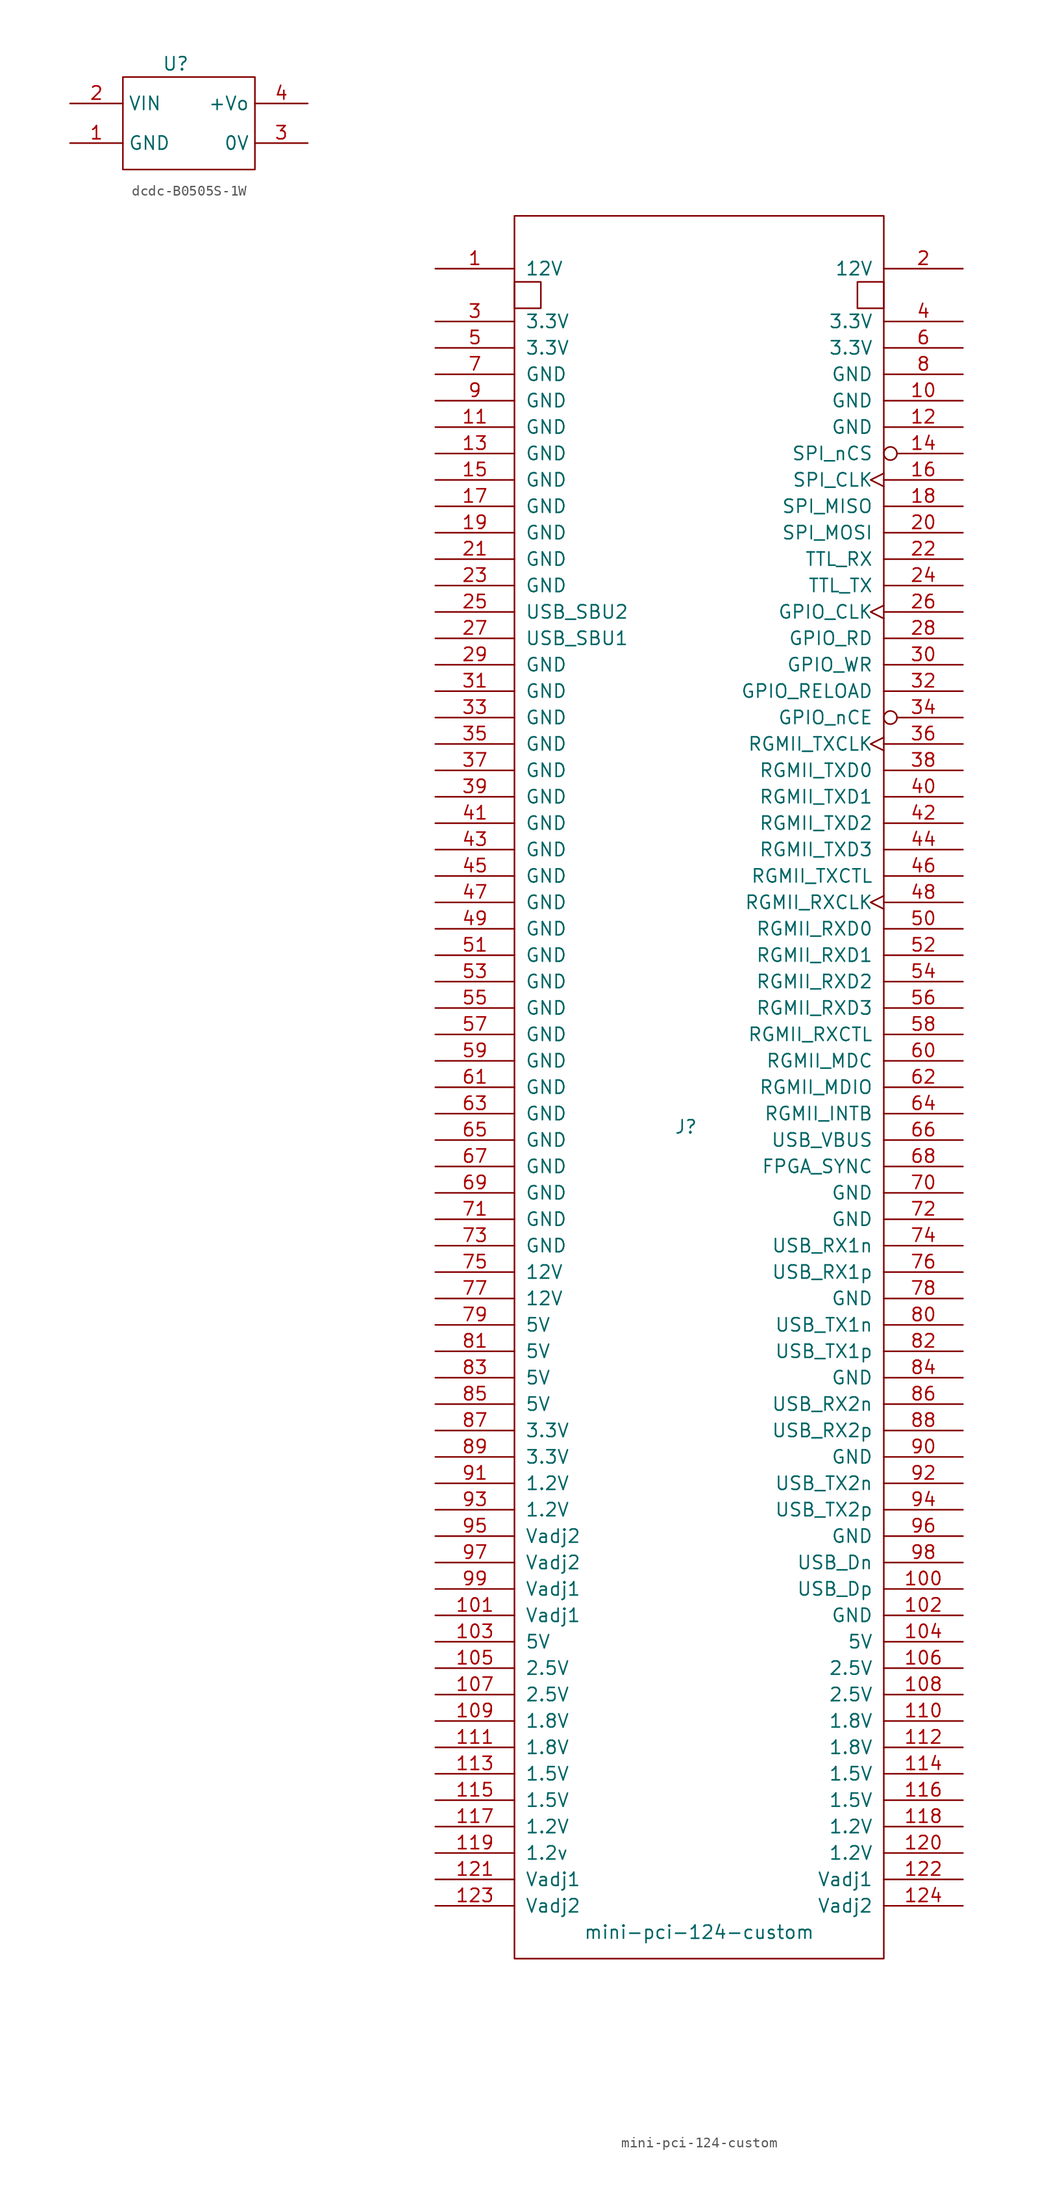
<source format=kicad_sym>
(kicad_symbol_lib
  (version 20220914)
  (generator kicad_symbol_editor)
  (symbol "dcdc-B0505S-1W"
    (property "Reference" "U"
      (at -1.27 6.35 0)
      (effects (font (size 1.27 1.27))))
    (property "Value" ""
      (at 1.27 -1.27 0)
      (effects (font (size 1.27 1.27))))
    (symbol "dcdc-B0505S-1W_0_1"
      (rectangle (start -6.35 5.08) (end 6.35 -3.81) (stroke (width 0) (type default)) (fill (type none))))
    (symbol "dcdc-B0505S-1W_1_1"
      (pin input line (at -11.43 -1.27 0) (length 5.08) (name "GND" (effects (font (size 1.27 1.27)))) (number "1" (effects (font (size 1.27 1.27)))))
      (pin input line (at -11.43 2.54 0) (length 5.08) (name "VIN" (effects (font (size 1.27 1.27)))) (number "2" (effects (font (size 1.27 1.27)))))
      (pin input line (at 11.43 -1.27 180) (length 5.08) (name "0V" (effects (font (size 1.27 1.27)))) (number "3" (effects (font (size 1.27 1.27)))))
      (pin input line (at 11.43 2.54 180) (length 5.08) (name "+Vo" (effects (font (size 1.27 1.27)))) (number "4" (effects (font (size 1.27 1.27)))))))
  (symbol "mini-pci-124-custom"
    (pin_names
      (offset 1.016))
    (property "Reference" "J"
      (at 0 -2.54 0)
      (effects (font (size 1.27 1.27))))
    (property "Value" "mini-pci-124-custom"
      (at 1.27 -80.01 0)
      (effects (font (size 1.27 1.27))))
    (symbol "mini-pci-124-custom_0_1"
      (rectangle (start -16.51 78.74) (end -13.97 76.2) (stroke (width 0) (type default)) (fill (type none)))
      (rectangle (start 19.05 78.74) (end 16.51 76.2) (stroke (width 0) (type default)) (fill (type none))))
    (symbol "mini-pci-124-custom_1_0"
      (rectangle (start -16.51 -82.55) (end 19.05 85.09) (stroke (width 0) (type default)) (fill (type none))))
    (symbol "mini-pci-124-custom_1_1"
      (pin input line (at -24.13 80.01 0) (length 7.62) (name "12V" (effects (font (size 1.27 1.27)))) (number "1" (effects (font (size 1.27 1.27)))))
      (pin input line (at 26.67 67.31 180) (length 7.62) (name "GND" (effects (font (size 1.27 1.27)))) (number "10" (effects (font (size 1.27 1.27)))))
      (pin input line (at 26.67 -46.99 180) (length 7.62) (name "USB_Dp" (effects (font (size 1.27 1.27)))) (number "100" (effects (font (size 1.27 1.27)))))
      (pin input line (at -24.13 -49.53 0) (length 7.62) (name "Vadj1" (effects (font (size 1.27 1.27)))) (number "101" (effects (font (size 1.27 1.27)))))
      (pin input line (at 26.67 -49.53 180) (length 7.62) (name "GND" (effects (font (size 1.27 1.27)))) (number "102" (effects (font (size 1.27 1.27)))))
      (pin input line (at -24.13 -52.07 0) (length 7.62) (name "5V" (effects (font (size 1.27 1.27)))) (number "103" (effects (font (size 1.27 1.27)))))
      (pin input line (at 26.67 -52.07 180) (length 7.62) (name "5V" (effects (font (size 1.27 1.27)))) (number "104" (effects (font (size 1.27 1.27)))))
      (pin input line (at -24.13 -54.61 0) (length 7.62) (name "2.5V" (effects (font (size 1.27 1.27)))) (number "105" (effects (font (size 1.27 1.27)))))
      (pin output line (at 26.67 -54.61 180) (length 7.62) (name "2.5V" (effects (font (size 1.27 1.27)))) (number "106" (effects (font (size 1.27 1.27)))))
      (pin input line (at -24.13 -57.15 0) (length 7.62) (name "2.5V" (effects (font (size 1.27 1.27)))) (number "107" (effects (font (size 1.27 1.27)))))
      (pin input line (at 26.67 -57.15 180) (length 7.62) (name "2.5V" (effects (font (size 1.27 1.27)))) (number "108" (effects (font (size 1.27 1.27)))))
      (pin input line (at -24.13 -59.69 0) (length 7.62) (name "1.8V" (effects (font (size 1.27 1.27)))) (number "109" (effects (font (size 1.27 1.27)))))
      (pin input line (at -24.13 64.77 0) (length 7.62) (name "GND" (effects (font (size 1.27 1.27)))) (number "11" (effects (font (size 1.27 1.27)))))
      (pin input line (at 26.67 -59.69 180) (length 7.62) (name "1.8V" (effects (font (size 1.27 1.27)))) (number "110" (effects (font (size 1.27 1.27)))))
      (pin input line (at -24.13 -62.23 0) (length 7.62) (name "1.8V" (effects (font (size 1.27 1.27)))) (number "111" (effects (font (size 1.27 1.27)))))
      (pin input line (at 26.67 -62.23 180) (length 7.62) (name "1.8V" (effects (font (size 1.27 1.27)))) (number "112" (effects (font (size 1.27 1.27)))))
      (pin power_in line (at -24.13 -64.77 0) (length 7.62) (name "1.5V" (effects (font (size 1.27 1.27)))) (number "113" (effects (font (size 1.27 1.27)))))
      (pin input line (at 26.67 -64.77 180) (length 7.62) (name "1.5V" (effects (font (size 1.27 1.27)))) (number "114" (effects (font (size 1.27 1.27)))))
      (pin output line (at -24.13 -67.31 0) (length 7.62) (name "1.5V" (effects (font (size 1.27 1.27)))) (number "115" (effects (font (size 1.27 1.27)))))
      (pin input line (at 26.67 -67.31 180) (length 7.62) (name "1.5V" (effects (font (size 1.27 1.27)))) (number "116" (effects (font (size 1.27 1.27)))))
      (pin output line (at -24.13 -69.85 0) (length 7.62) (name "1.2V" (effects (font (size 1.27 1.27)))) (number "117" (effects (font (size 1.27 1.27)))))
      (pin input line (at 26.67 -69.85 180) (length 7.62) (name "1.2V" (effects (font (size 1.27 1.27)))) (number "118" (effects (font (size 1.27 1.27)))))
      (pin power_in line (at -24.13 -72.39 0) (length 7.62) (name "1.2v" (effects (font (size 1.27 1.27)))) (number "119" (effects (font (size 1.27 1.27)))))
      (pin input line (at 26.67 64.77 180) (length 7.62) (name "GND" (effects (font (size 1.27 1.27)))) (number "12" (effects (font (size 1.27 1.27)))))
      (pin power_in line (at 26.67 -72.39 180) (length 7.62) (name "1.2V" (effects (font (size 1.27 1.27)))) (number "120" (effects (font (size 1.27 1.27)))))
      (pin input line (at -24.13 -74.93 0) (length 7.62) (name "Vadj1" (effects (font (size 1.27 1.27)))) (number "121" (effects (font (size 1.27 1.27)))))
      (pin input line (at 26.67 -74.93 180) (length 7.62) (name "Vadj1" (effects (font (size 1.27 1.27)))) (number "122" (effects (font (size 1.27 1.27)))))
      (pin power_in line (at -24.13 -77.47 0) (length 7.62) (name "Vadj2" (effects (font (size 1.27 1.27)))) (number "123" (effects (font (size 1.27 1.27)))))
      (pin input line (at 26.67 -77.47 180) (length 7.62) (name "Vadj2" (effects (font (size 1.27 1.27)))) (number "124" (effects (font (size 1.27 1.27)))))
      (pin input line (at -24.13 62.23 0) (length 7.62) (name "GND" (effects (font (size 1.27 1.27)))) (number "13" (effects (font (size 1.27 1.27)))))
      (pin input inverted (at 26.67 62.23 180) (length 7.62) (name "SPI_nCS" (effects (font (size 1.27 1.27)))) (number "14" (effects (font (size 1.27 1.27)))))
      (pin power_in line (at -24.13 59.69 0) (length 7.62) (name "GND" (effects (font (size 1.27 1.27)))) (number "15" (effects (font (size 1.27 1.27)))))
      (pin input clock (at 26.67 59.69 180) (length 7.62) (name "SPI_CLK" (effects (font (size 1.27 1.27)))) (number "16" (effects (font (size 1.27 1.27)))))
      (pin input line (at -24.13 57.15 0) (length 7.62) (name "GND" (effects (font (size 1.27 1.27)))) (number "17" (effects (font (size 1.27 1.27)))))
      (pin input line (at 26.67 57.15 180) (length 7.62) (name "SPI_MISO" (effects (font (size 1.27 1.27)))) (number "18" (effects (font (size 1.27 1.27)))))
      (pin input line (at -24.13 54.61 0) (length 7.62) (name "GND" (effects (font (size 1.27 1.27)))) (number "19" (effects (font (size 1.27 1.27)))))
      (pin input line (at 26.67 80.01 180) (length 7.62) (name "12V" (effects (font (size 1.27 1.27)))) (number "2" (effects (font (size 1.27 1.27)))))
      (pin input line (at 26.67 54.61 180) (length 7.62) (name "SPI_MOSI" (effects (font (size 1.27 1.27)))) (number "20" (effects (font (size 1.27 1.27)))))
      (pin input line (at -24.13 52.07 0) (length 7.62) (name "GND" (effects (font (size 1.27 1.27)))) (number "21" (effects (font (size 1.27 1.27)))))
      (pin input line (at 26.67 52.07 180) (length 7.62) (name "TTL_RX" (effects (font (size 1.27 1.27)))) (number "22" (effects (font (size 1.27 1.27)))))
      (pin input line (at -24.13 49.53 0) (length 7.62) (name "GND" (effects (font (size 1.27 1.27)))) (number "23" (effects (font (size 1.27 1.27)))))
      (pin input line (at 26.67 49.53 180) (length 7.62) (name "TTL_TX" (effects (font (size 1.27 1.27)))) (number "24" (effects (font (size 1.27 1.27)))))
      (pin input line (at -24.13 46.99 0) (length 7.62) (name "USB_SBU2" (effects (font (size 1.27 1.27)))) (number "25" (effects (font (size 1.27 1.27)))))
      (pin input clock (at 26.67 46.99 180) (length 7.62) (name "GPIO_CLK" (effects (font (size 1.27 1.27)))) (number "26" (effects (font (size 1.27 1.27)))))
      (pin input line (at -24.13 44.45 0) (length 7.62) (name "USB_SBU1" (effects (font (size 1.27 1.27)))) (number "27" (effects (font (size 1.27 1.27)))))
      (pin input line (at 26.67 44.45 180) (length 7.62) (name "GPIO_RD" (effects (font (size 1.27 1.27)))) (number "28" (effects (font (size 1.27 1.27)))))
      (pin input line (at -24.13 41.91 0) (length 7.62) (name "GND" (effects (font (size 1.27 1.27)))) (number "29" (effects (font (size 1.27 1.27)))))
      (pin input line (at -24.13 74.93 0) (length 7.62) (name "3.3V" (effects (font (size 1.27 1.27)))) (number "3" (effects (font (size 1.27 1.27)))))
      (pin input line (at 26.67 41.91 180) (length 7.62) (name "GPIO_WR" (effects (font (size 1.27 1.27)))) (number "30" (effects (font (size 1.27 1.27)))))
      (pin input line (at -24.13 39.37 0) (length 7.62) (name "GND" (effects (font (size 1.27 1.27)))) (number "31" (effects (font (size 1.27 1.27)))))
      (pin input line (at 26.67 39.37 180) (length 7.62) (name "GPIO_RELOAD" (effects (font (size 1.27 1.27)))) (number "32" (effects (font (size 1.27 1.27)))))
      (pin input line (at -24.13 36.83 0) (length 7.62) (name "GND" (effects (font (size 1.27 1.27)))) (number "33" (effects (font (size 1.27 1.27)))))
      (pin input inverted (at 26.67 36.83 180) (length 7.62) (name "GPIO_nCE" (effects (font (size 1.27 1.27)))) (number "34" (effects (font (size 1.27 1.27)))))
      (pin input line (at -24.13 34.29 0) (length 7.62) (name "GND" (effects (font (size 1.27 1.27)))) (number "35" (effects (font (size 1.27 1.27)))))
      (pin input clock (at 26.67 34.29 180) (length 7.62) (name "RGMII_TXCLK" (effects (font (size 1.27 1.27)))) (number "36" (effects (font (size 1.27 1.27)))))
      (pin input line (at -24.13 31.75 0) (length 7.62) (name "GND" (effects (font (size 1.27 1.27)))) (number "37" (effects (font (size 1.27 1.27)))))
      (pin input line (at 26.67 31.75 180) (length 7.62) (name "RGMII_TXD0" (effects (font (size 1.27 1.27)))) (number "38" (effects (font (size 1.27 1.27)))))
      (pin input line (at -24.13 29.21 0) (length 7.62) (name "GND" (effects (font (size 1.27 1.27)))) (number "39" (effects (font (size 1.27 1.27)))))
      (pin input line (at 26.67 74.93 180) (length 7.62) (name "3.3V" (effects (font (size 1.27 1.27)))) (number "4" (effects (font (size 1.27 1.27)))))
      (pin input line (at 26.67 29.21 180) (length 7.62) (name "RGMII_TXD1" (effects (font (size 1.27 1.27)))) (number "40" (effects (font (size 1.27 1.27)))))
      (pin input line (at -24.13 26.67 0) (length 7.62) (name "GND" (effects (font (size 1.27 1.27)))) (number "41" (effects (font (size 1.27 1.27)))))
      (pin input line (at 26.67 26.67 180) (length 7.62) (name "RGMII_TXD2" (effects (font (size 1.27 1.27)))) (number "42" (effects (font (size 1.27 1.27)))))
      (pin input line (at -24.13 24.13 0) (length 7.62) (name "GND" (effects (font (size 1.27 1.27)))) (number "43" (effects (font (size 1.27 1.27)))))
      (pin input line (at 26.67 24.13 180) (length 7.62) (name "RGMII_TXD3" (effects (font (size 1.27 1.27)))) (number "44" (effects (font (size 1.27 1.27)))))
      (pin input line (at -24.13 21.59 0) (length 7.62) (name "GND" (effects (font (size 1.27 1.27)))) (number "45" (effects (font (size 1.27 1.27)))))
      (pin input line (at 26.67 21.59 180) (length 7.62) (name "RGMII_TXCTL" (effects (font (size 1.27 1.27)))) (number "46" (effects (font (size 1.27 1.27)))))
      (pin input line (at -24.13 19.05 0) (length 7.62) (name "GND" (effects (font (size 1.27 1.27)))) (number "47" (effects (font (size 1.27 1.27)))))
      (pin input clock (at 26.67 19.05 180) (length 7.62) (name "RGMII_RXCLK" (effects (font (size 1.27 1.27)))) (number "48" (effects (font (size 1.27 1.27)))))
      (pin input line (at -24.13 16.51 0) (length 7.62) (name "GND" (effects (font (size 1.27 1.27)))) (number "49" (effects (font (size 1.27 1.27)))))
      (pin input line (at -24.13 72.39 0) (length 7.62) (name "3.3V" (effects (font (size 1.27 1.27)))) (number "5" (effects (font (size 1.27 1.27)))))
      (pin input line (at 26.67 16.51 180) (length 7.62) (name "RGMII_RXD0" (effects (font (size 1.27 1.27)))) (number "50" (effects (font (size 1.27 1.27)))))
      (pin input line (at -24.13 13.97 0) (length 7.62) (name "GND" (effects (font (size 1.27 1.27)))) (number "51" (effects (font (size 1.27 1.27)))))
      (pin input line (at 26.67 13.97 180) (length 7.62) (name "RGMII_RXD1" (effects (font (size 1.27 1.27)))) (number "52" (effects (font (size 1.27 1.27)))))
      (pin input line (at -24.13 11.43 0) (length 7.62) (name "GND" (effects (font (size 1.27 1.27)))) (number "53" (effects (font (size 1.27 1.27)))))
      (pin input line (at 26.67 11.43 180) (length 7.62) (name "RGMII_RXD2" (effects (font (size 1.27 1.27)))) (number "54" (effects (font (size 1.27 1.27)))))
      (pin input line (at -24.13 8.89 0) (length 7.62) (name "GND" (effects (font (size 1.27 1.27)))) (number "55" (effects (font (size 1.27 1.27)))))
      (pin input line (at 26.67 8.89 180) (length 7.62) (name "RGMII_RXD3" (effects (font (size 1.27 1.27)))) (number "56" (effects (font (size 1.27 1.27)))))
      (pin input line (at -24.13 6.35 0) (length 7.62) (name "GND" (effects (font (size 1.27 1.27)))) (number "57" (effects (font (size 1.27 1.27)))))
      (pin input line (at 26.67 6.35 180) (length 7.62) (name "RGMII_RXCTL" (effects (font (size 1.27 1.27)))) (number "58" (effects (font (size 1.27 1.27)))))
      (pin input line (at -24.13 3.81 0) (length 7.62) (name "GND" (effects (font (size 1.27 1.27)))) (number "59" (effects (font (size 1.27 1.27)))))
      (pin input line (at 26.67 72.39 180) (length 7.62) (name "3.3V" (effects (font (size 1.27 1.27)))) (number "6" (effects (font (size 1.27 1.27)))))
      (pin input line (at 26.67 3.81 180) (length 7.62) (name "RGMII_MDC" (effects (font (size 1.27 1.27)))) (number "60" (effects (font (size 1.27 1.27)))))
      (pin input line (at -24.13 1.27 0) (length 7.62) (name "GND" (effects (font (size 1.27 1.27)))) (number "61" (effects (font (size 1.27 1.27)))))
      (pin input line (at 26.67 1.27 180) (length 7.62) (name "RGMII_MDIO" (effects (font (size 1.27 1.27)))) (number "62" (effects (font (size 1.27 1.27)))))
      (pin input line (at -24.13 -1.27 0) (length 7.62) (name "GND" (effects (font (size 1.27 1.27)))) (number "63" (effects (font (size 1.27 1.27)))))
      (pin input line (at 26.67 -1.27 180) (length 7.62) (name "RGMII_INTB" (effects (font (size 1.27 1.27)))) (number "64" (effects (font (size 1.27 1.27)))))
      (pin input line (at -24.13 -3.81 0) (length 7.62) (name "GND" (effects (font (size 1.27 1.27)))) (number "65" (effects (font (size 1.27 1.27)))))
      (pin input line (at 26.67 -3.81 180) (length 7.62) (name "USB_VBUS" (effects (font (size 1.27 1.27)))) (number "66" (effects (font (size 1.27 1.27)))))
      (pin input line (at -24.13 -6.35 0) (length 7.62) (name "GND" (effects (font (size 1.27 1.27)))) (number "67" (effects (font (size 1.27 1.27)))))
      (pin input line (at 26.67 -6.35 180) (length 7.62) (name "FPGA_SYNC" (effects (font (size 1.27 1.27)))) (number "68" (effects (font (size 1.27 1.27)))))
      (pin input line (at -24.13 -8.89 0) (length 7.62) (name "GND" (effects (font (size 1.27 1.27)))) (number "69" (effects (font (size 1.27 1.27)))))
      (pin input line (at -24.13 69.85 0) (length 7.62) (name "GND" (effects (font (size 1.27 1.27)))) (number "7" (effects (font (size 1.27 1.27)))))
      (pin input line (at 26.67 -8.89 180) (length 7.62) (name "GND" (effects (font (size 1.27 1.27)))) (number "70" (effects (font (size 1.27 1.27)))))
      (pin input line (at -24.13 -11.43 0) (length 7.62) (name "GND" (effects (font (size 1.27 1.27)))) (number "71" (effects (font (size 1.27 1.27)))))
      (pin input line (at 26.67 -11.43 180) (length 7.62) (name "GND" (effects (font (size 1.27 1.27)))) (number "72" (effects (font (size 1.27 1.27)))))
      (pin input line (at -24.13 -13.97 0) (length 7.62) (name "GND" (effects (font (size 1.27 1.27)))) (number "73" (effects (font (size 1.27 1.27)))))
      (pin input line (at 26.67 -13.97 180) (length 7.62) (name "USB_RX1n" (effects (font (size 1.27 1.27)))) (number "74" (effects (font (size 1.27 1.27)))))
      (pin input line (at -24.13 -16.51 0) (length 7.62) (name "12V" (effects (font (size 1.27 1.27)))) (number "75" (effects (font (size 1.27 1.27)))))
      (pin input line (at 26.67 -16.51 180) (length 7.62) (name "USB_RX1p" (effects (font (size 1.27 1.27)))) (number "76" (effects (font (size 1.27 1.27)))))
      (pin input line (at -24.13 -19.05 0) (length 7.62) (name "12V" (effects (font (size 1.27 1.27)))) (number "77" (effects (font (size 1.27 1.27)))))
      (pin input line (at 26.67 -19.05 180) (length 7.62) (name "GND" (effects (font (size 1.27 1.27)))) (number "78" (effects (font (size 1.27 1.27)))))
      (pin input line (at -24.13 -21.59 0) (length 7.62) (name "5V" (effects (font (size 1.27 1.27)))) (number "79" (effects (font (size 1.27 1.27)))))
      (pin input line (at 26.67 69.85 180) (length 7.62) (name "GND" (effects (font (size 1.27 1.27)))) (number "8" (effects (font (size 1.27 1.27)))))
      (pin input line (at 26.67 -21.59 180) (length 7.62) (name "USB_TX1n" (effects (font (size 1.27 1.27)))) (number "80" (effects (font (size 1.27 1.27)))))
      (pin input line (at -24.13 -24.13 0) (length 7.62) (name "5V" (effects (font (size 1.27 1.27)))) (number "81" (effects (font (size 1.27 1.27)))))
      (pin input line (at 26.67 -24.13 180) (length 7.62) (name "USB_TX1p" (effects (font (size 1.27 1.27)))) (number "82" (effects (font (size 1.27 1.27)))))
      (pin input line (at -24.13 -26.67 0) (length 7.62) (name "5V" (effects (font (size 1.27 1.27)))) (number "83" (effects (font (size 1.27 1.27)))))
      (pin input line (at 26.67 -26.67 180) (length 7.62) (name "GND" (effects (font (size 1.27 1.27)))) (number "84" (effects (font (size 1.27 1.27)))))
      (pin input line (at -24.13 -29.21 0) (length 7.62) (name "5V" (effects (font (size 1.27 1.27)))) (number "85" (effects (font (size 1.27 1.27)))))
      (pin input line (at 26.67 -29.21 180) (length 7.62) (name "USB_RX2n" (effects (font (size 1.27 1.27)))) (number "86" (effects (font (size 1.27 1.27)))))
      (pin input line (at -24.13 -31.75 0) (length 7.62) (name "3.3V" (effects (font (size 1.27 1.27)))) (number "87" (effects (font (size 1.27 1.27)))))
      (pin input line (at 26.67 -31.75 180) (length 7.62) (name "USB_RX2p" (effects (font (size 1.27 1.27)))) (number "88" (effects (font (size 1.27 1.27)))))
      (pin input line (at -24.13 -34.29 0) (length 7.62) (name "3.3V" (effects (font (size 1.27 1.27)))) (number "89" (effects (font (size 1.27 1.27)))))
      (pin input line (at -24.13 67.31 0) (length 7.62) (name "GND" (effects (font (size 1.27 1.27)))) (number "9" (effects (font (size 1.27 1.27)))))
      (pin input line (at 26.67 -34.29 180) (length 7.62) (name "GND" (effects (font (size 1.27 1.27)))) (number "90" (effects (font (size 1.27 1.27)))))
      (pin input line (at -24.13 -36.83 0) (length 7.62) (name "1.2V" (effects (font (size 1.27 1.27)))) (number "91" (effects (font (size 1.27 1.27)))))
      (pin input line (at 26.67 -36.83 180) (length 7.62) (name "USB_TX2n" (effects (font (size 1.27 1.27)))) (number "92" (effects (font (size 1.27 1.27)))))
      (pin input line (at -24.13 -39.37 0) (length 7.62) (name "1.2V" (effects (font (size 1.27 1.27)))) (number "93" (effects (font (size 1.27 1.27)))))
      (pin input line (at 26.67 -39.37 180) (length 7.62) (name "USB_TX2p" (effects (font (size 1.27 1.27)))) (number "94" (effects (font (size 1.27 1.27)))))
      (pin input line (at -24.13 -41.91 0) (length 7.62) (name "Vadj2" (effects (font (size 1.27 1.27)))) (number "95" (effects (font (size 1.27 1.27)))))
      (pin input line (at 26.67 -41.91 180) (length 7.62) (name "GND" (effects (font (size 1.27 1.27)))) (number "96" (effects (font (size 1.27 1.27)))))
      (pin input line (at -24.13 -44.45 0) (length 7.62) (name "Vadj2" (effects (font (size 1.27 1.27)))) (number "97" (effects (font (size 1.27 1.27)))))
      (pin input line (at 26.67 -44.45 180) (length 7.62) (name "USB_Dn" (effects (font (size 1.27 1.27)))) (number "98" (effects (font (size 1.27 1.27)))))
      (pin input line (at -24.13 -46.99 0) (length 7.62) (name "Vadj1" (effects (font (size 1.27 1.27)))) (number "99" (effects (font (size 1.27 1.27))))))))
</source>
